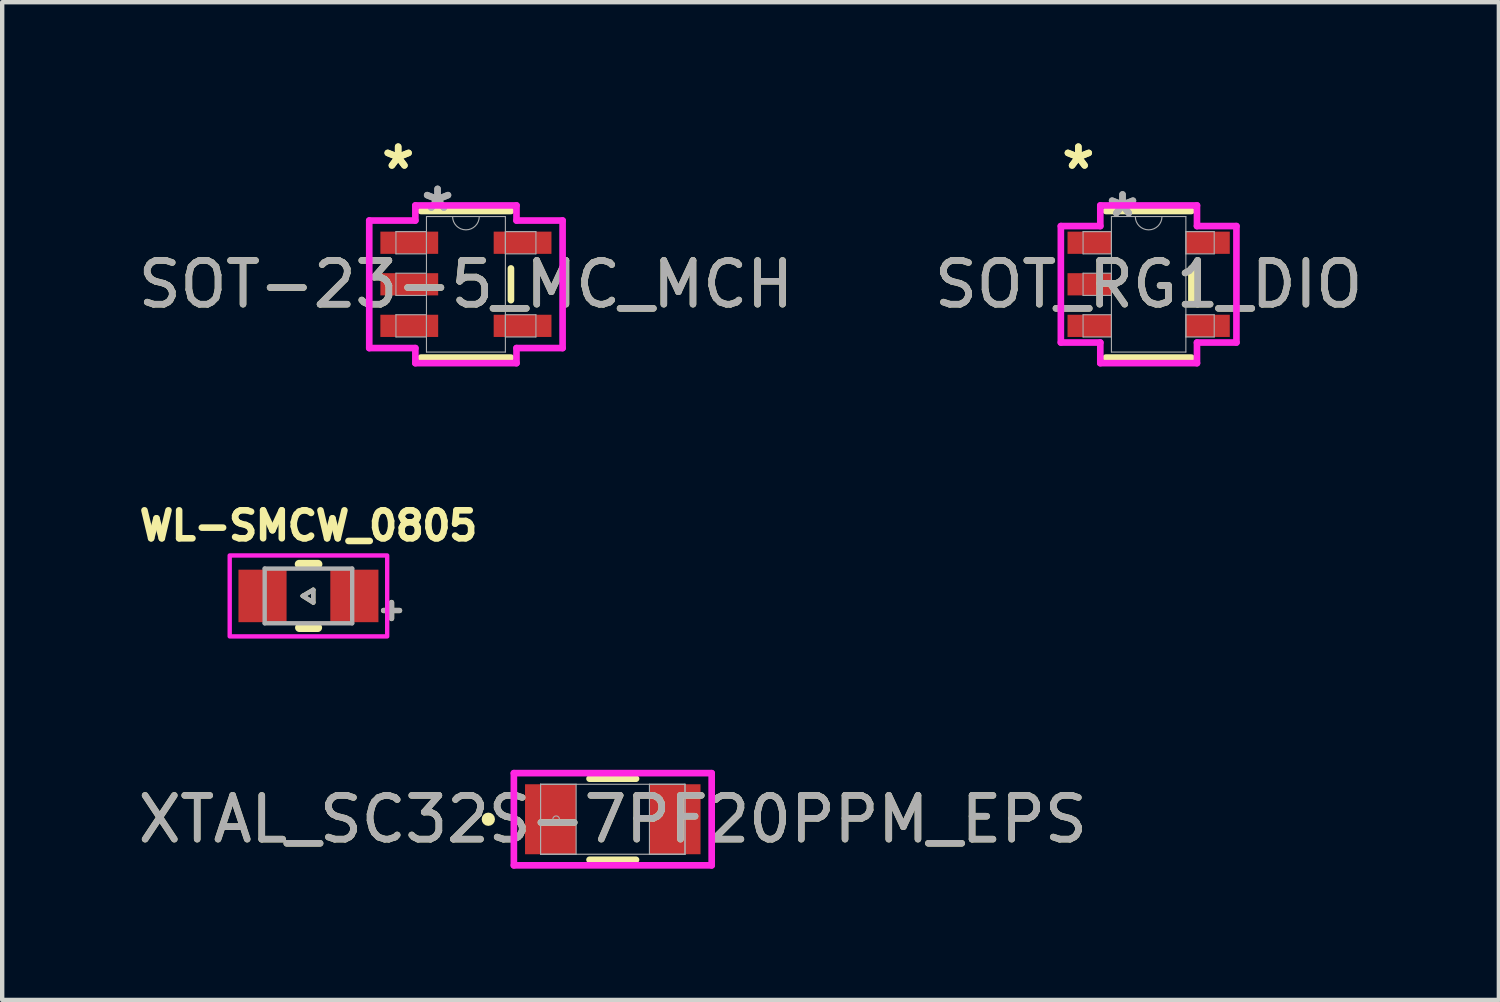
<source format=kicad_pcb>
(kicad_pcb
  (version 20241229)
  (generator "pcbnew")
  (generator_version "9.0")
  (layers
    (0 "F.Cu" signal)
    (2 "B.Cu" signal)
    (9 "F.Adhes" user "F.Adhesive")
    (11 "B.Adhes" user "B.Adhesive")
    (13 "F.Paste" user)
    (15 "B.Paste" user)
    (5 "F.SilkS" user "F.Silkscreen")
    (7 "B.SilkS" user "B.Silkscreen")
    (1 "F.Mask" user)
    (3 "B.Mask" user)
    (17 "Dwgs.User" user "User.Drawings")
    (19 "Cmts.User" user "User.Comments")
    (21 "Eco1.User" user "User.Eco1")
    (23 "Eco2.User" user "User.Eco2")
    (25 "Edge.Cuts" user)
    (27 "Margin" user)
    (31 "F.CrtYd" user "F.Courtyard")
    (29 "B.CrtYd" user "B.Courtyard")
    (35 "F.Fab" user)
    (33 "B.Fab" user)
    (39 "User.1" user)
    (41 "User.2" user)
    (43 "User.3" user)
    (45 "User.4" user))
  (footprint "WL-SMCW_0805"
    (layer "F.Cu")
    (at 4.001 10.573)
    (property "Reference" "WL-SMCW_0805" (at 0 -1.606 0) (layer "F.SilkS") (effects (font (size 0.64 0.64) (thickness 0.15))))
    (attr smd)
    (fp_line (start -0.213 -0.725) (end 0.219 -0.725) (stroke (width 0.2) (type solid)) (layer "F.SilkS"))
    (fp_line (start -0.206 0.725) (end 0.212 0.725) (stroke (width 0.2) (type solid)) (layer "F.SilkS"))
    (fp_line (start -0.13 0) (end 0.11 -0.14) (stroke (width 0.1) (type solid)) (layer "F.SilkS"))
    (fp_line (start 0.11 -0.14) (end 0.11 0.15) (stroke (width 0.1) (type solid)) (layer "F.SilkS"))
    (fp_line (start 0.11 0.15) (end -0.13 0) (stroke (width 0.1) (type solid)) (layer "F.SilkS"))
    (fp_poly (pts (xy -1.8 -0.925) (xy 1.8 -0.925) (xy 1.8 0.925) (xy -1.8 0.925)) (stroke (width 0.1) (type solid)) (fill no) (layer "F.CrtYd"))
    (fp_line (start -1 -0.625) (end 1 -0.625) (stroke (width 0.1) (type solid)) (layer "F.Fab"))
    (fp_line (start -1 0.625) (end -1 -0.625) (stroke (width 0.1) (type solid)) (layer "F.Fab"))
    (fp_line (start -1 0.625) (end 1 0.625) (stroke (width 0.1) (type solid)) (layer "F.Fab"))
    (fp_line (start -0.13 0) (end 0.11 -0.14) (stroke (width 0.1) (type solid)) (layer "F.Fab"))
    (fp_line (start 0.11 -0.14) (end 0.11 0.15) (stroke (width 0.1) (type solid)) (layer "F.Fab"))
    (fp_line (start 0.11 0.15) (end -0.13 0) (stroke (width 0.1) (type solid)) (layer "F.Fab"))
    (fp_line (start 1 -0.625) (end 1 0.625) (stroke (width 0.1) (type solid)) (layer "F.Fab"))
    (fp_text user "+" (at 1.9 0.3 0) (layer "F.SilkS") (effects (font (size 0.48 0.48) (thickness 0.15))))
    (fp_text user "+" (at 1.9 0.3 0) (layer "F.Fab") (effects (font (size 0.48 0.48) (thickness 0.15))))
    (pad "A" smd rect (at 1.05 0) (size 1.1 1.2) (layers "F.Cu" "F.Mask" "F.Paste"))
    (pad "C" smd rect (at -1.05 0) (size 1.1 1.2) (layers "F.Cu" "F.Mask" "F.Paste")))
  (footprint "XTAL_SC32S-7PF20PPM_EPS"
    (layer "F.Cu")
    (at 10.958 15.678)
    (property "Reference" "XTAL_SC32S-7PF20PPM_EPS" (at 0 0 0) (unlocked yes) (layer "F.SilkS") (effects (font (size 1 1) (thickness 0.15))))
    (attr smd)
    (fp_line (start -0.531 0.927) (end 0.531 0.927) (stroke (width 0.152) (type solid)) (layer "F.SilkS"))
    (fp_line (start 0.531 -0.927) (end -0.531 -0.927) (stroke (width 0.152) (type solid)) (layer "F.SilkS"))
    (fp_circle (center -2.845 0) (end -2.769 0) (stroke (width 0.152) (type solid)) (fill no) (layer "F.SilkS"))
    (fp_line (start -2.261 -1.054) (end 2.261 -1.054) (stroke (width 0.152) (type solid)) (layer "F.CrtYd"))
    (fp_line (start -2.261 1.054) (end -2.261 -1.054) (stroke (width 0.152) (type solid)) (layer "F.CrtYd"))
    (fp_line (start 2.261 -1.054) (end 2.261 1.054) (stroke (width 0.152) (type solid)) (layer "F.CrtYd"))
    (fp_line (start 2.261 1.054) (end -2.261 1.054) (stroke (width 0.152) (type solid)) (layer "F.CrtYd"))
    (fp_line (start -1.651 -0.8) (end -1.651 0.8) (stroke (width 0.025) (type solid)) (layer "F.Fab"))
    (fp_line (start -1.651 -0.8) (end -1.651 0.8) (stroke (width 0.025) (type solid)) (layer "F.Fab"))
    (fp_line (start -1.651 0.8) (end -0.838 0.8) (stroke (width 0.025) (type solid)) (layer "F.Fab"))
    (fp_line (start -1.651 0.8) (end 1.651 0.8) (stroke (width 0.025) (type solid)) (layer "F.Fab"))
    (fp_line (start -0.838 -0.8) (end -1.651 -0.8) (stroke (width 0.025) (type solid)) (layer "F.Fab"))
    (fp_line (start -0.838 0.8) (end -0.838 -0.8) (stroke (width 0.025) (type solid)) (layer "F.Fab"))
    (fp_line (start 0.838 -0.8) (end 0.838 0.8) (stroke (width 0.025) (type solid)) (layer "F.Fab"))
    (fp_line (start 0.838 0.8) (end 1.651 0.8) (stroke (width 0.025) (type solid)) (layer "F.Fab"))
    (fp_line (start 1.651 -0.8) (end -1.651 -0.8) (stroke (width 0.025) (type solid)) (layer "F.Fab"))
    (fp_line (start 1.651 -0.8) (end 0.838 -0.8) (stroke (width 0.025) (type solid)) (layer "F.Fab"))
    (fp_line (start 1.651 0.8) (end 1.651 -0.8) (stroke (width 0.025) (type solid)) (layer "F.Fab"))
    (fp_line (start 1.651 0.8) (end 1.651 -0.8) (stroke (width 0.025) (type solid)) (layer "F.Fab"))
    (fp_circle (center -1.295 0) (end -1.219 0) (stroke (width 0.025) (type solid)) (fill no) (layer "F.Fab"))
    (fp_text user "${REFERENCE}" (at 0 0 0) (unlocked yes) (layer "F.Fab") (effects (font (size 1 1) (thickness 0.15))))
    (pad "1" smd rect (at -1.422 0) (size 1.168 1.6) (layers "F.Cu" "F.Mask" "F.Paste"))
    (pad "2" smd rect (at 1.422 0) (size 1.168 1.6) (layers "F.Cu" "F.Mask" "F.Paste"))
    (zone (net_name "") (layer "F.Cu") (hatch full 0.508) (connect_pads) (min_thickness 0.254) (filled_areas_thickness no) (keepout (tracks not_allowed) (vias not_allowed) (pads allowed) (copperpour not_allowed) (footprints allowed)) (placement (enabled no)) (fill) (polygon (pts (xy 10.171 14.929) (xy 11.746 14.929) (xy 11.746 16.427) (xy 10.171 16.427)))))
  (footprint "SOT_RG1_DIO"
    (layer "F.Cu")
    (at 23.208 3.449)
    (property "Reference" "SOT_RG1_DIO" (at 0 0 0) (unlocked yes) (layer "F.SilkS") (effects (font (size 1 1) (thickness 0.15))))
    (attr smd)
    (fp_line (start -0.978 1.676) (end 0.978 1.676) (stroke (width 0.152) (type solid)) (layer "F.SilkS"))
    (fp_line (start 0.978 -1.676) (end -0.978 -1.676) (stroke (width 0.152) (type solid)) (layer "F.SilkS"))
    (fp_line (start 0.978 0.363) (end 0.978 -0.363) (stroke (width 0.152) (type solid)) (layer "F.SilkS"))
    (fp_line (start -2.007 -1.331) (end -1.105 -1.331) (stroke (width 0.152) (type solid)) (layer "F.CrtYd"))
    (fp_line (start -2.007 1.331) (end -2.007 -1.331) (stroke (width 0.152) (type solid)) (layer "F.CrtYd"))
    (fp_line (start -1.105 -1.803) (end 1.105 -1.803) (stroke (width 0.152) (type solid)) (layer "F.CrtYd"))
    (fp_line (start -1.105 -1.331) (end -1.105 -1.803) (stroke (width 0.152) (type solid)) (layer "F.CrtYd"))
    (fp_line (start -1.105 1.331) (end -2.007 1.331) (stroke (width 0.152) (type solid)) (layer "F.CrtYd"))
    (fp_line (start -1.105 1.803) (end -1.105 1.331) (stroke (width 0.152) (type solid)) (layer "F.CrtYd"))
    (fp_line (start 1.105 -1.803) (end 1.105 -1.331) (stroke (width 0.152) (type solid)) (layer "F.CrtYd"))
    (fp_line (start 1.105 -1.331) (end 2.007 -1.331) (stroke (width 0.152) (type solid)) (layer "F.CrtYd"))
    (fp_line (start 1.105 1.331) (end 1.105 1.803) (stroke (width 0.152) (type solid)) (layer "F.CrtYd"))
    (fp_line (start 1.105 1.803) (end -1.105 1.803) (stroke (width 0.152) (type solid)) (layer "F.CrtYd"))
    (fp_line (start 2.007 -1.331) (end 2.007 1.331) (stroke (width 0.152) (type solid)) (layer "F.CrtYd"))
    (fp_line (start 2.007 1.331) (end 1.105 1.331) (stroke (width 0.152) (type solid)) (layer "F.CrtYd"))
    (fp_line (start -1.499 -1.204) (end -1.499 -0.696) (stroke (width 0.025) (type solid)) (layer "F.Fab"))
    (fp_line (start -1.499 -0.696) (end -0.851 -0.696) (stroke (width 0.025) (type solid)) (layer "F.Fab"))
    (fp_line (start -1.499 -0.254) (end -1.499 0.254) (stroke (width 0.025) (type solid)) (layer "F.Fab"))
    (fp_line (start -1.499 0.254) (end -0.851 0.254) (stroke (width 0.025) (type solid)) (layer "F.Fab"))
    (fp_line (start -1.499 0.696) (end -1.499 1.204) (stroke (width 0.025) (type solid)) (layer "F.Fab"))
    (fp_line (start -1.499 1.204) (end -0.851 1.204) (stroke (width 0.025) (type solid)) (layer "F.Fab"))
    (fp_line (start -0.851 -1.549) (end -0.851 1.549) (stroke (width 0.025) (type solid)) (layer "F.Fab"))
    (fp_line (start -0.851 -1.204) (end -1.499 -1.204) (stroke (width 0.025) (type solid)) (layer "F.Fab"))
    (fp_line (start -0.851 -0.696) (end -0.851 -1.204) (stroke (width 0.025) (type solid)) (layer "F.Fab"))
    (fp_line (start -0.851 -0.254) (end -1.499 -0.254) (stroke (width 0.025) (type solid)) (layer "F.Fab"))
    (fp_line (start -0.851 0.254) (end -0.851 -0.254) (stroke (width 0.025) (type solid)) (layer "F.Fab"))
    (fp_line (start -0.851 0.696) (end -1.499 0.696) (stroke (width 0.025) (type solid)) (layer "F.Fab"))
    (fp_line (start -0.851 1.204) (end -0.851 0.696) (stroke (width 0.025) (type solid)) (layer "F.Fab"))
    (fp_line (start -0.851 1.549) (end 0.851 1.549) (stroke (width 0.025) (type solid)) (layer "F.Fab"))
    (fp_line (start 0.851 -1.549) (end -0.851 -1.549) (stroke (width 0.025) (type solid)) (layer "F.Fab"))
    (fp_line (start 0.851 -1.204) (end 0.851 -0.696) (stroke (width 0.025) (type solid)) (layer "F.Fab"))
    (fp_line (start 0.851 -0.696) (end 1.499 -0.696) (stroke (width 0.025) (type solid)) (layer "F.Fab"))
    (fp_line (start 0.851 0.696) (end 0.851 1.204) (stroke (width 0.025) (type solid)) (layer "F.Fab"))
    (fp_line (start 0.851 1.204) (end 1.499 1.204) (stroke (width 0.025) (type solid)) (layer "F.Fab"))
    (fp_line (start 0.851 1.549) (end 0.851 -1.549) (stroke (width 0.025) (type solid)) (layer "F.Fab"))
    (fp_line (start 1.499 -1.204) (end 0.851 -1.204) (stroke (width 0.025) (type solid)) (layer "F.Fab"))
    (fp_line (start 1.499 -0.696) (end 1.499 -1.204) (stroke (width 0.025) (type solid)) (layer "F.Fab"))
    (fp_line (start 1.499 0.696) (end 0.851 0.696) (stroke (width 0.025) (type solid)) (layer "F.Fab"))
    (fp_line (start 1.499 1.204) (end 1.499 0.696) (stroke (width 0.025) (type solid)) (layer "F.Fab"))
    (fp_arc (start 0.3048 -1.5494) (mid 0 -1.2446) (end -0.3048 -1.5494) (stroke (width 0.0254) (type solid)) (layer "F.Fab"))
    (fp_text user "*" (at -1.607 -2.601 0) (layer "F.SilkS") (effects (font (size 1 1) (thickness 0.15))))
    (fp_text user "*" (at -1.607 -2.601 0) (unlocked yes) (layer "F.SilkS") (effects (font (size 1 1) (thickness 0.15))))
    (fp_text user "${REFERENCE}" (at 0 0 0) (unlocked yes) (layer "F.Fab") (effects (font (size 1 1) (thickness 0.15))))
    (fp_text user "*" (at -0.597 -1.509 0) (layer "F.Fab") (effects (font (size 1 1) (thickness 0.15))))
    (fp_text user "*" (at -0.597 -1.509 0) (unlocked yes) (layer "F.Fab") (effects (font (size 1 1) (thickness 0.15))))
    (pad "1" smd rect (at -1.353 -0.95) (size 1.003 0.508) (layers "F.Cu" "F.Mask" "F.Paste"))
    (pad "2" smd rect (at -1.353 0) (size 1.003 0.508) (layers "F.Cu" "F.Mask" "F.Paste"))
    (pad "3" smd rect (at -1.353 0.95) (size 1.003 0.508) (layers "F.Cu" "F.Mask" "F.Paste"))
    (pad "4" smd rect (at 1.353 0.95) (size 1.003 0.508) (layers "F.Cu" "F.Mask" "F.Paste"))
    (pad "5" smd rect (at 1.353 -0.95) (size 1.003 0.508) (layers "F.Cu" "F.Mask" "F.Paste")))
  (footprint "SOT-23-5_MC_MCH"
    (layer "F.Cu")
    (at 7.601 3.449)
    (property "Reference" "SOT-23-5_MC_MCH" (at 0 0 0) (unlocked yes) (layer "F.SilkS") (effects (font (size 1 1) (thickness 0.15))))
    (attr smd)
    (fp_line (start -1.029 1.676) (end 1.029 1.676) (stroke (width 0.152) (type solid)) (layer "F.SilkS"))
    (fp_line (start 1.029 -1.676) (end -1.029 -1.676) (stroke (width 0.152) (type solid)) (layer "F.SilkS"))
    (fp_line (start 1.029 0.363) (end 1.029 -0.363) (stroke (width 0.152) (type solid)) (layer "F.SilkS"))
    (fp_line (start -2.21 -1.458) (end -1.156 -1.458) (stroke (width 0.152) (type solid)) (layer "F.CrtYd"))
    (fp_line (start -2.21 1.458) (end -2.21 -1.458) (stroke (width 0.152) (type solid)) (layer "F.CrtYd"))
    (fp_line (start -1.156 -1.803) (end 1.156 -1.803) (stroke (width 0.152) (type solid)) (layer "F.CrtYd"))
    (fp_line (start -1.156 -1.458) (end -1.156 -1.803) (stroke (width 0.152) (type solid)) (layer "F.CrtYd"))
    (fp_line (start -1.156 1.458) (end -2.21 1.458) (stroke (width 0.152) (type solid)) (layer "F.CrtYd"))
    (fp_line (start -1.156 1.803) (end -1.156 1.458) (stroke (width 0.152) (type solid)) (layer "F.CrtYd"))
    (fp_line (start 1.156 -1.803) (end 1.156 -1.458) (stroke (width 0.152) (type solid)) (layer "F.CrtYd"))
    (fp_line (start 1.156 -1.458) (end 2.21 -1.458) (stroke (width 0.152) (type solid)) (layer "F.CrtYd"))
    (fp_line (start 1.156 1.458) (end 1.156 1.803) (stroke (width 0.152) (type solid)) (layer "F.CrtYd"))
    (fp_line (start 1.156 1.803) (end -1.156 1.803) (stroke (width 0.152) (type solid)) (layer "F.CrtYd"))
    (fp_line (start 2.21 -1.458) (end 2.21 1.458) (stroke (width 0.152) (type solid)) (layer "F.CrtYd"))
    (fp_line (start 2.21 1.458) (end 1.156 1.458) (stroke (width 0.152) (type solid)) (layer "F.CrtYd"))
    (fp_line (start -1.6 -1.204) (end -1.6 -0.696) (stroke (width 0.025) (type solid)) (layer "F.Fab"))
    (fp_line (start -1.6 -0.696) (end -0.902 -0.696) (stroke (width 0.025) (type solid)) (layer "F.Fab"))
    (fp_line (start -1.6 -0.254) (end -1.6 0.254) (stroke (width 0.025) (type solid)) (layer "F.Fab"))
    (fp_line (start -1.6 0.254) (end -0.902 0.254) (stroke (width 0.025) (type solid)) (layer "F.Fab"))
    (fp_line (start -1.6 0.696) (end -1.6 1.204) (stroke (width 0.025) (type solid)) (layer "F.Fab"))
    (fp_line (start -1.6 1.204) (end -0.902 1.204) (stroke (width 0.025) (type solid)) (layer "F.Fab"))
    (fp_line (start -0.902 -1.549) (end -0.902 1.549) (stroke (width 0.025) (type solid)) (layer "F.Fab"))
    (fp_line (start -0.902 -1.204) (end -1.6 -1.204) (stroke (width 0.025) (type solid)) (layer "F.Fab"))
    (fp_line (start -0.902 -0.696) (end -0.902 -1.204) (stroke (width 0.025) (type solid)) (layer "F.Fab"))
    (fp_line (start -0.902 -0.254) (end -1.6 -0.254) (stroke (width 0.025) (type solid)) (layer "F.Fab"))
    (fp_line (start -0.902 0.254) (end -0.902 -0.254) (stroke (width 0.025) (type solid)) (layer "F.Fab"))
    (fp_line (start -0.902 0.696) (end -1.6 0.696) (stroke (width 0.025) (type solid)) (layer "F.Fab"))
    (fp_line (start -0.902 1.204) (end -0.902 0.696) (stroke (width 0.025) (type solid)) (layer "F.Fab"))
    (fp_line (start -0.902 1.549) (end 0.902 1.549) (stroke (width 0.025) (type solid)) (layer "F.Fab"))
    (fp_line (start 0.902 -1.549) (end -0.902 -1.549) (stroke (width 0.025) (type solid)) (layer "F.Fab"))
    (fp_line (start 0.902 -1.204) (end 0.902 -0.696) (stroke (width 0.025) (type solid)) (layer "F.Fab"))
    (fp_line (start 0.902 -0.696) (end 1.6 -0.696) (stroke (width 0.025) (type solid)) (layer "F.Fab"))
    (fp_line (start 0.902 0.696) (end 0.902 1.204) (stroke (width 0.025) (type solid)) (layer "F.Fab"))
    (fp_line (start 0.902 1.204) (end 1.6 1.204) (stroke (width 0.025) (type solid)) (layer "F.Fab"))
    (fp_line (start 0.902 1.549) (end 0.902 -1.549) (stroke (width 0.025) (type solid)) (layer "F.Fab"))
    (fp_line (start 1.6 -1.204) (end 0.902 -1.204) (stroke (width 0.025) (type solid)) (layer "F.Fab"))
    (fp_line (start 1.6 -0.696) (end 1.6 -1.204) (stroke (width 0.025) (type solid)) (layer "F.Fab"))
    (fp_line (start 1.6 0.696) (end 0.902 0.696) (stroke (width 0.025) (type solid)) (layer "F.Fab"))
    (fp_line (start 1.6 1.204) (end 1.6 0.696) (stroke (width 0.025) (type solid)) (layer "F.Fab"))
    (fp_arc (start 0.3048 -1.5494) (mid 0 -1.2446) (end -0.3048 -1.5494) (stroke (width 0.0254) (type solid)) (layer "F.Fab"))
    (fp_text user "*" (at -1.549 -2.601 0) (layer "F.SilkS") (effects (font (size 1 1) (thickness 0.15))))
    (fp_text user "*" (at -1.549 -2.601 0) (unlocked yes) (layer "F.SilkS") (effects (font (size 1 1) (thickness 0.15))))
    (fp_text user "*" (at -0.648 -1.636 0) (layer "F.Fab") (effects (font (size 1 1) (thickness 0.15))))
    (fp_text user "*" (at -0.648 -1.636 0) (unlocked yes) (layer "F.Fab") (effects (font (size 1 1) (thickness 0.15))))
    (fp_text user "${REFERENCE}" (at 0 0 0) (unlocked yes) (layer "F.Fab") (effects (font (size 1 1) (thickness 0.15))))
    (pad "1" smd rect (at -1.295 -0.95) (size 1.321 0.508) (layers "F.Cu" "F.Mask" "F.Paste"))
    (pad "2" smd rect (at -1.295 0) (size 1.321 0.508) (layers "F.Cu" "F.Mask" "F.Paste"))
    (pad "3" smd rect (at -1.295 0.95) (size 1.321 0.508) (layers "F.Cu" "F.Mask" "F.Paste"))
    (pad "4" smd rect (at 1.295 0.95) (size 1.321 0.508) (layers "F.Cu" "F.Mask" "F.Paste"))
    (pad "5" smd rect (at 1.295 -0.95) (size 1.321 0.508) (layers "F.Cu" "F.Mask" "F.Paste")))
  (gr_rect
    (start -3 -3)
    (end 31.214 19.808)
    (stroke (width 0.1) (type default))
    (fill no)
    (layer "Edge.Cuts")))
</source>
